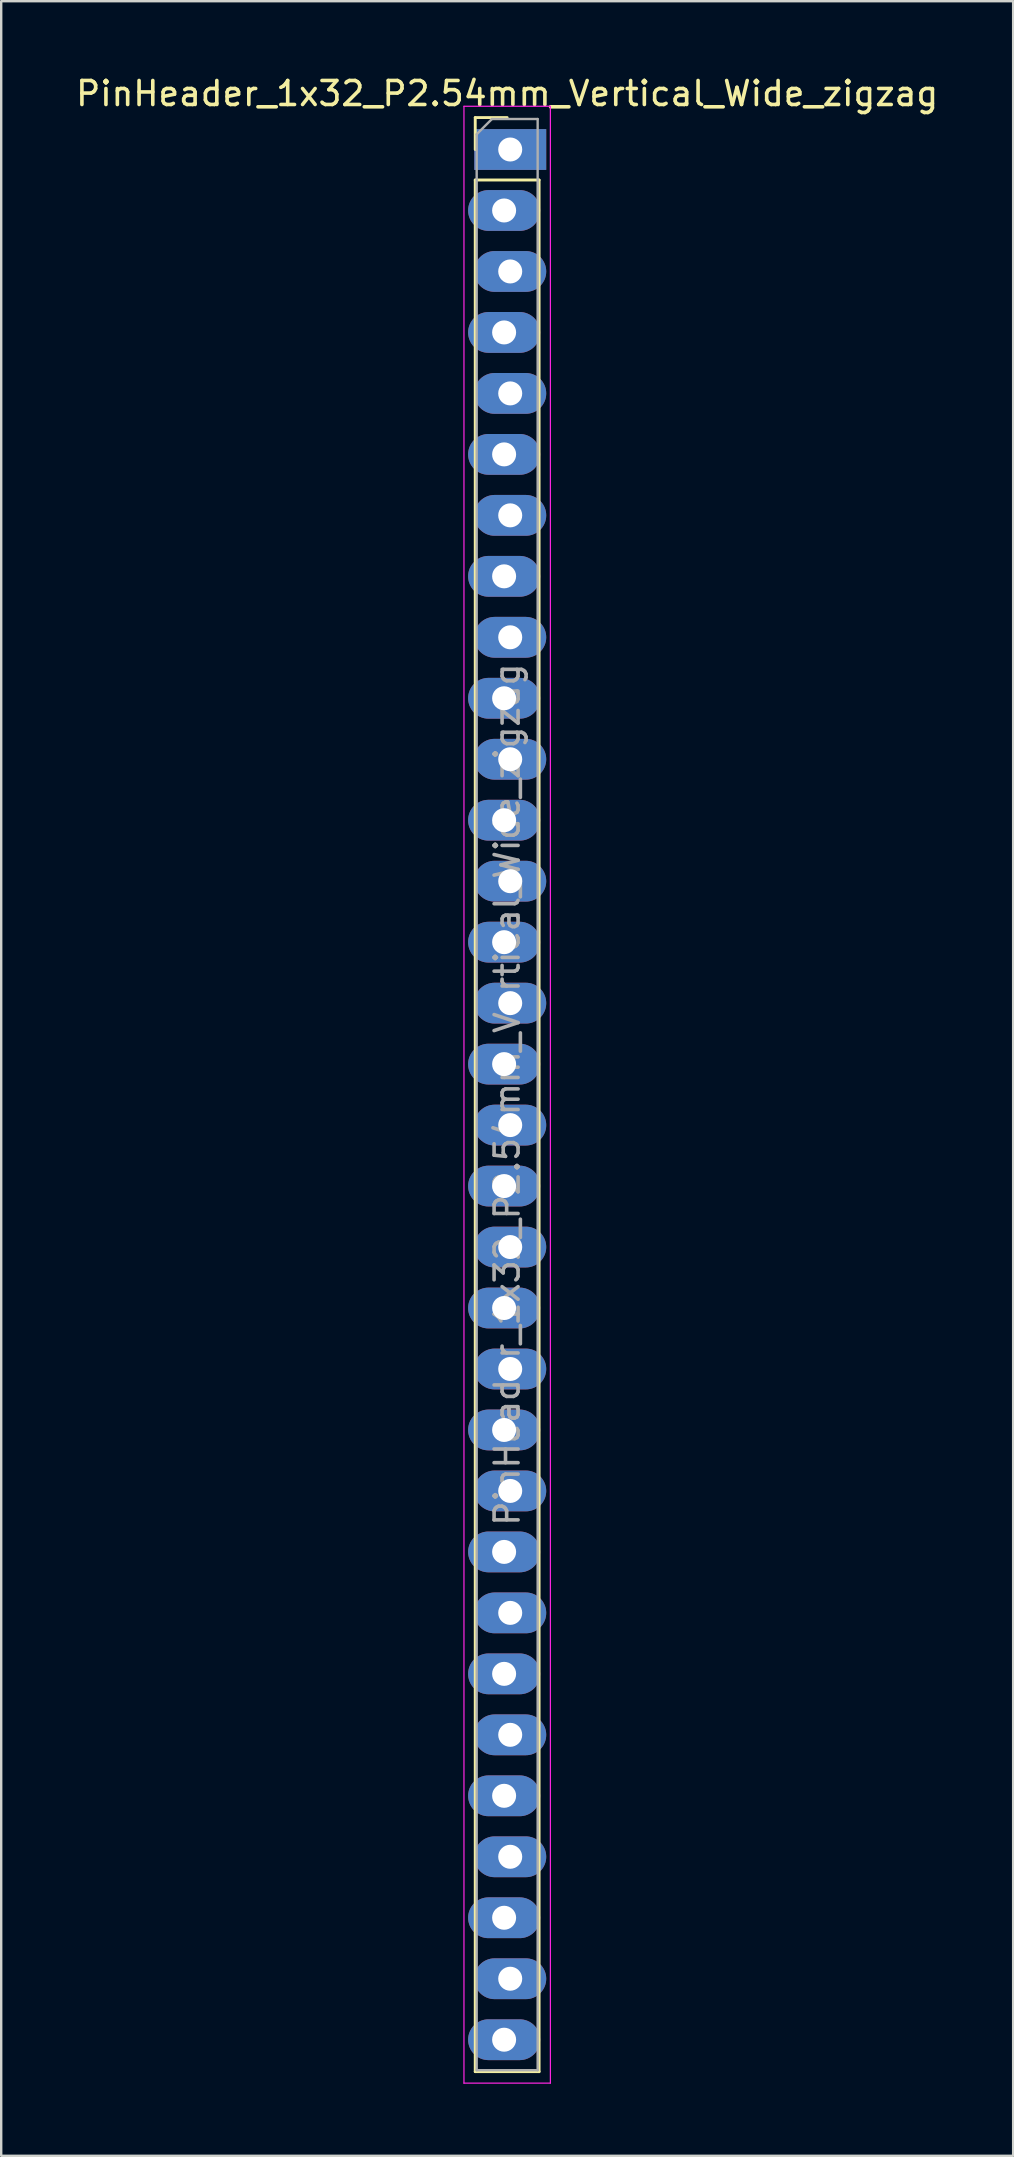
<source format=kicad_pcb>
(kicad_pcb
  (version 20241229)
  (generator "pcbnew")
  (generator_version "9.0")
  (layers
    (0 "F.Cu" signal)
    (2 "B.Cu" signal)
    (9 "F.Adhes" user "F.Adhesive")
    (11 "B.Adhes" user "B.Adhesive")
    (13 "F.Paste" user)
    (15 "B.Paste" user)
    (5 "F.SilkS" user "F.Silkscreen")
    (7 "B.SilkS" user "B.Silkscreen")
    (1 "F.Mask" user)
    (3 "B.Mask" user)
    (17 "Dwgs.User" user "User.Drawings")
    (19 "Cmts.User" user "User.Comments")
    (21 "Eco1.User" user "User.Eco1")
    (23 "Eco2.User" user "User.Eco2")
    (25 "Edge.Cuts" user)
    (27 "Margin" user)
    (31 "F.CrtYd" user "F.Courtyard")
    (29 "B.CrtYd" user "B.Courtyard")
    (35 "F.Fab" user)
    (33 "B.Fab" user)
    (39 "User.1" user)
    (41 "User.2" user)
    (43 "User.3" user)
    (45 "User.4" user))
  (footprint "PinHeader_1x32_P2.54mm_Vertical_Wide_zigzag"
    (layer "F.Cu")
    (at 18.077 3.178)
    (property "Reference" "PinHeader_1x32_P2.54mm_Vertical_Wide_zigzag" (at 0 -2.33 0) (layer "F.SilkS") (effects (font (size 1 1) (thickness 0.15))))
    (attr through_hole)
    (fp_line (start -1.33 -1.33) (end 0 -1.33) (stroke (width 0.12) (type solid)) (layer "F.SilkS"))
    (fp_line (start -1.33 0) (end -1.33 -1.33) (stroke (width 0.12) (type solid)) (layer "F.SilkS"))
    (fp_line (start -1.33 1.27) (end -1.33 80.07) (stroke (width 0.12) (type solid)) (layer "F.SilkS"))
    (fp_line (start -1.33 1.27) (end 1.33 1.27) (stroke (width 0.12) (type solid)) (layer "F.SilkS"))
    (fp_line (start -1.33 80.07) (end 1.33 80.07) (stroke (width 0.12) (type solid)) (layer "F.SilkS"))
    (fp_line (start 1.33 1.27) (end 1.33 80.07) (stroke (width 0.12) (type solid)) (layer "F.SilkS"))
    (fp_line (start -1.8 -1.8) (end -1.8 80.55) (stroke (width 0.05) (type solid)) (layer "F.CrtYd"))
    (fp_line (start -1.8 80.55) (end 1.8 80.55) (stroke (width 0.05) (type solid)) (layer "F.CrtYd"))
    (fp_line (start 1.8 -1.8) (end -1.8 -1.8) (stroke (width 0.05) (type solid)) (layer "F.CrtYd"))
    (fp_line (start 1.8 80.55) (end 1.8 -1.8) (stroke (width 0.05) (type solid)) (layer "F.CrtYd"))
    (fp_line (start -1.27 -0.635) (end -0.635 -1.27) (stroke (width 0.1) (type solid)) (layer "F.Fab"))
    (fp_line (start -1.27 80.01) (end -1.27 -0.635) (stroke (width 0.1) (type solid)) (layer "F.Fab"))
    (fp_line (start -0.635 -1.27) (end 1.27 -1.27) (stroke (width 0.1) (type solid)) (layer "F.Fab"))
    (fp_line (start 1.27 -1.27) (end 1.27 80.01) (stroke (width 0.1) (type solid)) (layer "F.Fab"))
    (fp_line (start 1.27 80.01) (end -1.27 80.01) (stroke (width 0.1) (type solid)) (layer "F.Fab"))
    (fp_text user "${REFERENCE}" (at 0 39.37 90) (layer "F.Fab") (effects (font (size 1 1) (thickness 0.15))))
    (pad "1" thru_hole rect (at 0.127 0) (size 3 1.7) (drill 1) (layers "*.Cu" "*.Mask"))
    (pad "2" thru_hole oval (at -0.127 2.54) (size 3 1.7) (drill 1) (layers "*.Cu" "*.Mask"))
    (pad "3" thru_hole oval (at 0.127 5.08) (size 3 1.7) (drill 1) (layers "*.Cu" "*.Mask"))
    (pad "4" thru_hole oval (at -0.127 7.62) (size 3 1.7) (drill 1) (layers "*.Cu" "*.Mask"))
    (pad "5" thru_hole oval (at 0.127 10.16) (size 3 1.7) (drill 1) (layers "*.Cu" "*.Mask"))
    (pad "6" thru_hole oval (at -0.127 12.7) (size 3 1.7) (drill 1) (layers "*.Cu" "*.Mask"))
    (pad "7" thru_hole oval (at 0.127 15.24) (size 3 1.7) (drill 1) (layers "*.Cu" "*.Mask"))
    (pad "8" thru_hole oval (at -0.127 17.78) (size 3 1.7) (drill 1) (layers "*.Cu" "*.Mask"))
    (pad "9" thru_hole oval (at 0.127 20.32) (size 3 1.7) (drill 1) (layers "*.Cu" "*.Mask"))
    (pad "10" thru_hole oval (at -0.127 22.86) (size 3 1.7) (drill 1) (layers "*.Cu" "*.Mask"))
    (pad "11" thru_hole oval (at 0.127 25.4) (size 3 1.7) (drill 1) (layers "*.Cu" "*.Mask"))
    (pad "12" thru_hole oval (at -0.127 27.94) (size 3 1.7) (drill 1) (layers "*.Cu" "*.Mask"))
    (pad "13" thru_hole oval (at 0.127 30.48) (size 3 1.7) (drill 1) (layers "*.Cu" "*.Mask"))
    (pad "14" thru_hole oval (at -0.127 33.02) (size 3 1.7) (drill 1) (layers "*.Cu" "*.Mask"))
    (pad "15" thru_hole oval (at 0.127 35.56) (size 3 1.7) (drill 1) (layers "*.Cu" "*.Mask"))
    (pad "16" thru_hole oval (at -0.127 38.1) (size 3 1.7) (drill 1) (layers "*.Cu" "*.Mask"))
    (pad "17" thru_hole oval (at 0.127 40.64) (size 3 1.7) (drill 1) (layers "*.Cu" "*.Mask"))
    (pad "18" thru_hole oval (at -0.127 43.18) (size 3 1.7) (drill 1) (layers "*.Cu" "*.Mask"))
    (pad "19" thru_hole oval (at 0.127 45.72) (size 3 1.7) (drill 1) (layers "*.Cu" "*.Mask"))
    (pad "20" thru_hole oval (at -0.127 48.26) (size 3 1.7) (drill 1) (layers "*.Cu" "*.Mask"))
    (pad "21" thru_hole oval (at 0.127 50.8) (size 3 1.7) (drill 1) (layers "*.Cu" "*.Mask"))
    (pad "22" thru_hole oval (at -0.127 53.34) (size 3 1.7) (drill 1) (layers "*.Cu" "*.Mask"))
    (pad "23" thru_hole oval (at 0.127 55.88) (size 3 1.7) (drill 1) (layers "*.Cu" "*.Mask"))
    (pad "24" thru_hole oval (at -0.127 58.42) (size 3 1.7) (drill 1) (layers "*.Cu" "*.Mask"))
    (pad "25" thru_hole oval (at 0.127 60.96) (size 3 1.7) (drill 1) (layers "*.Cu" "*.Mask"))
    (pad "26" thru_hole oval (at -0.127 63.5) (size 3 1.7) (drill 1) (layers "*.Cu" "*.Mask"))
    (pad "27" thru_hole oval (at 0.127 66.04) (size 3 1.7) (drill 1) (layers "*.Cu" "*.Mask"))
    (pad "28" thru_hole oval (at -0.127 68.58) (size 3 1.7) (drill 1) (layers "*.Cu" "*.Mask"))
    (pad "29" thru_hole oval (at 0.127 71.12) (size 3 1.7) (drill 1) (layers "*.Cu" "*.Mask"))
    (pad "30" thru_hole oval (at -0.127 73.66) (size 3 1.7) (drill 1) (layers "*.Cu" "*.Mask"))
    (pad "31" thru_hole oval (at 0.127 76.2) (size 3 1.7) (drill 1) (layers "*.Cu" "*.Mask"))
    (pad "32" thru_hole oval (at -0.127 78.74) (size 3 1.7) (drill 1) (layers "*.Cu" "*.Mask")))
  (gr_rect
    (start -3 -3)
    (end 39.155 86.753)
    (stroke (width 0.1) (type default))
    (fill no)
    (layer "Edge.Cuts")))
</source>
